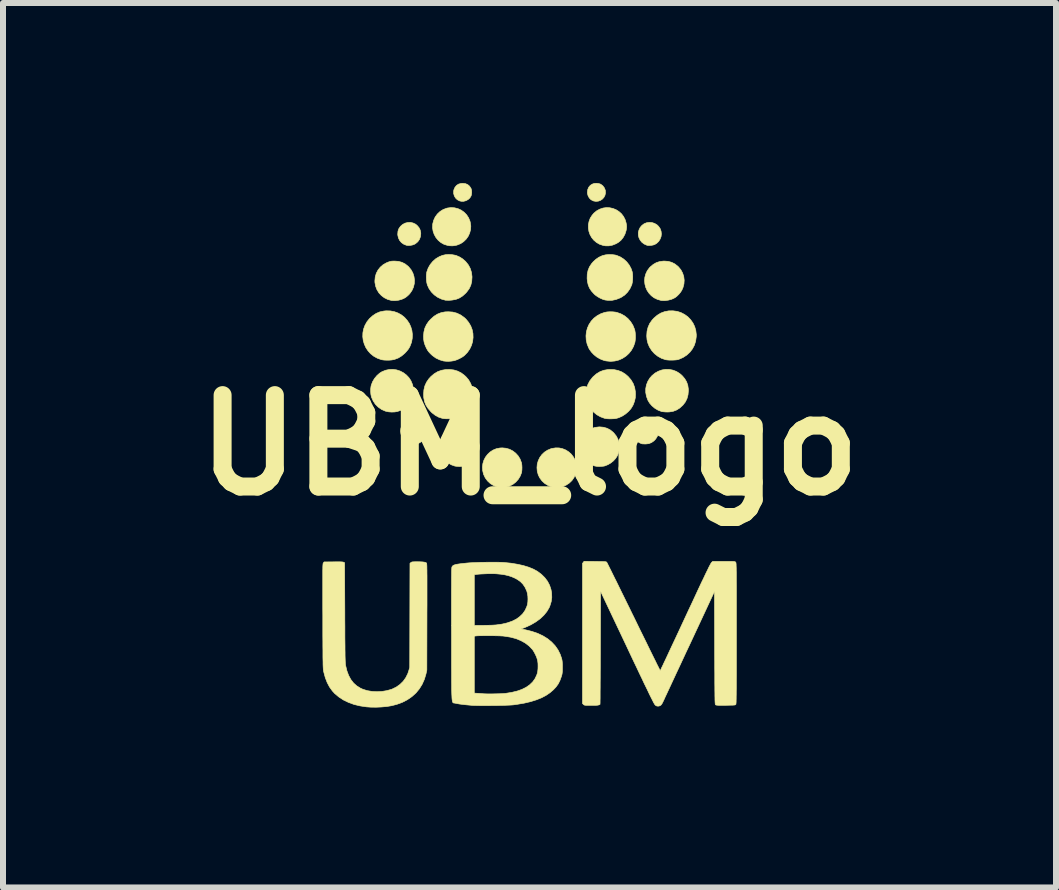
<source format=kicad_pcb>
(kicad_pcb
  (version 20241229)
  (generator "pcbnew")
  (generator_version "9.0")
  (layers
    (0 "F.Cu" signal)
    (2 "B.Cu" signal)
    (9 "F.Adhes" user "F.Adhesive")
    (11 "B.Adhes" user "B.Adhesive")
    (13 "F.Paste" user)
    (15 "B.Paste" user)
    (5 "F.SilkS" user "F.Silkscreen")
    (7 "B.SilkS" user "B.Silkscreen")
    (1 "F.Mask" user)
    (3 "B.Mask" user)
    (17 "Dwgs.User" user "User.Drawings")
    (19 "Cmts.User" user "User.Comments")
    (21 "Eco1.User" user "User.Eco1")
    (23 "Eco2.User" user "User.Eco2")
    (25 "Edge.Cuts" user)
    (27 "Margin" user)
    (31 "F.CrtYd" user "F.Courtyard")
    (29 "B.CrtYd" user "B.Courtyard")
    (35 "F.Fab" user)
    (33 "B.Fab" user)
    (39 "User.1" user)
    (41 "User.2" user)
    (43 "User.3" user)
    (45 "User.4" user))
  (footprint "UBM_logo"
    (layer "F.Cu")
    (at 5.777 4.371)
    (property "Reference" "UBM_logo" (at 0 0 0) (layer "F.SilkS") (effects (font (size 1.524 1.524) (thickness 0.3))))
    (attr through_hole)
    (fp_poly (pts (xy -1.069 -4.36) (xy -1.031 -4.344) (xy -1 -4.318) (xy -0.976 -4.281) (xy -0.973 -4.274) (xy -0.966 -4.246) (xy -0.964 -4.213) (xy -0.968 -4.179) (xy -0.974 -4.156) (xy -0.995 -4.121) (xy -1.025 -4.094) (xy -1.061 -4.075) (xy -1.1 -4.065) (xy -1.141 -4.066) (xy -1.168 -4.073) (xy -1.204 -4.092) (xy -1.234 -4.121) (xy -1.254 -4.156) (xy -1.265 -4.195) (xy -1.265 -4.236) (xy -1.261 -4.257) (xy -1.243 -4.298) (xy -1.217 -4.33) (xy -1.183 -4.352) (xy -1.142 -4.363) (xy -1.114 -4.365) (xy -1.069 -4.36)) (stroke (width 0.01) (type solid)) (fill yes) (layer "F.SilkS"))
    (fp_poly (pts (xy 1.152 -4.362) (xy 1.185 -4.351) (xy 1.187 -4.35) (xy 1.221 -4.324) (xy 1.247 -4.29) (xy 1.263 -4.25) (xy 1.264 -4.245) (xy 1.266 -4.204) (xy 1.258 -4.166) (xy 1.24 -4.131) (xy 1.215 -4.103) (xy 1.183 -4.081) (xy 1.147 -4.068) (xy 1.107 -4.064) (xy 1.067 -4.071) (xy 1.061 -4.073) (xy 1.025 -4.092) (xy 0.996 -4.121) (xy 0.976 -4.157) (xy 0.965 -4.198) (xy 0.964 -4.216) (xy 0.97 -4.26) (xy 0.986 -4.299) (xy 1.013 -4.331) (xy 1.044 -4.351) (xy 1.077 -4.363) (xy 1.114 -4.366) (xy 1.152 -4.362)) (stroke (width 0.01) (type solid)) (fill yes) (layer "F.SilkS"))
    (fp_poly (pts (xy 2.041 -3.711) (xy 2.085 -3.697) (xy 2.125 -3.673) (xy 2.151 -3.648) (xy 2.178 -3.609) (xy 2.193 -3.566) (xy 2.198 -3.522) (xy 2.193 -3.478) (xy 2.177 -3.436) (xy 2.153 -3.397) (xy 2.119 -3.365) (xy 2.088 -3.346) (xy 2.066 -3.338) (xy 2.037 -3.332) (xy 2.005 -3.329) (xy 1.976 -3.329) (xy 1.956 -3.333) (xy 1.91 -3.354) (xy 1.872 -3.383) (xy 1.844 -3.418) (xy 1.824 -3.458) (xy 1.814 -3.5) (xy 1.813 -3.544) (xy 1.824 -3.587) (xy 1.844 -3.629) (xy 1.873 -3.663) (xy 1.91 -3.691) (xy 1.952 -3.708) (xy 1.996 -3.714) (xy 2.041 -3.711)) (stroke (width 0.01) (type solid)) (fill yes) (layer "F.SilkS"))
    (fp_poly (pts (xy -1.942 -3.704) (xy -1.901 -3.685) (xy -1.875 -3.664) (xy -1.843 -3.627) (xy -1.823 -3.587) (xy -1.814 -3.543) (xy -1.813 -3.524) (xy -1.819 -3.474) (xy -1.836 -3.429) (xy -1.863 -3.391) (xy -1.901 -3.359) (xy -1.921 -3.348) (xy -1.952 -3.337) (xy -1.989 -3.33) (xy -2.026 -3.329) (xy -2.054 -3.333) (xy -2.098 -3.351) (xy -2.136 -3.378) (xy -2.166 -3.414) (xy -2.186 -3.456) (xy -2.196 -3.502) (xy -2.197 -3.518) (xy -2.193 -3.567) (xy -2.179 -3.608) (xy -2.154 -3.644) (xy -2.151 -3.648) (xy -2.116 -3.679) (xy -2.075 -3.701) (xy -2.031 -3.712) (xy -1.986 -3.714) (xy -1.942 -3.704)) (stroke (width 0.01) (type solid)) (fill yes) (layer "F.SilkS"))
    (fp_poly (pts (xy 1.973 -0.451) (xy 1.985 -0.448) (xy 2.033 -0.428) (xy 2.074 -0.4) (xy 2.106 -0.365) (xy 2.13 -0.325) (xy 2.144 -0.282) (xy 2.149 -0.236) (xy 2.144 -0.19) (xy 2.129 -0.145) (xy 2.103 -0.103) (xy 2.075 -0.073) (xy 2.034 -0.044) (xy 1.989 -0.026) (xy 1.938 -0.02) (xy 1.929 -0.02) (xy 1.903 -0.021) (xy 1.881 -0.022) (xy 1.867 -0.025) (xy 1.828 -0.042) (xy 1.79 -0.069) (xy 1.758 -0.102) (xy 1.733 -0.138) (xy 1.723 -0.16) (xy 1.713 -0.204) (xy 1.712 -0.251) (xy 1.718 -0.296) (xy 1.729 -0.325) (xy 1.755 -0.369) (xy 1.79 -0.404) (xy 1.831 -0.431) (xy 1.876 -0.449) (xy 1.924 -0.456) (xy 1.973 -0.451)) (stroke (width 0.01) (type solid)) (fill yes) (layer "F.SilkS"))
    (fp_poly (pts (xy -1.884 -0.451) (xy -1.842 -0.438) (xy -1.84 -0.437) (xy -1.8 -0.412) (xy -1.764 -0.378) (xy -1.736 -0.339) (xy -1.729 -0.325) (xy -1.715 -0.28) (xy -1.711 -0.231) (xy -1.718 -0.183) (xy -1.729 -0.149) (xy -1.756 -0.106) (xy -1.79 -0.068) (xy -1.831 -0.04) (xy -1.832 -0.04) (xy -1.851 -0.031) (xy -1.87 -0.026) (xy -1.894 -0.023) (xy -1.921 -0.021) (xy -1.948 -0.021) (xy -1.973 -0.022) (xy -1.99 -0.024) (xy -1.994 -0.025) (xy -2.037 -0.044) (xy -2.076 -0.073) (xy -2.108 -0.108) (xy -2.126 -0.137) (xy -2.143 -0.185) (xy -2.149 -0.234) (xy -2.144 -0.282) (xy -2.128 -0.329) (xy -2.103 -0.37) (xy -2.069 -0.406) (xy -2.027 -0.434) (xy -2.021 -0.437) (xy -1.978 -0.45) (xy -1.931 -0.455) (xy -1.884 -0.451)) (stroke (width 0.01) (type solid)) (fill yes) (layer "F.SilkS"))
    (fp_poly (pts (xy -1.25 -3.957) (xy -1.193 -3.943) (xy -1.139 -3.918) (xy -1.091 -3.884) (xy -1.05 -3.842) (xy -1.017 -3.792) (xy -0.993 -3.735) (xy -0.988 -3.714) (xy -0.979 -3.653) (xy -0.983 -3.593) (xy -0.998 -3.536) (xy -1.022 -3.483) (xy -1.056 -3.435) (xy -1.099 -3.393) (xy -1.148 -3.36) (xy -1.205 -3.337) (xy -1.226 -3.331) (xy -1.278 -3.323) (xy -1.329 -3.324) (xy -1.37 -3.331) (xy -1.427 -3.349) (xy -1.478 -3.378) (xy -1.523 -3.416) (xy -1.56 -3.461) (xy -1.589 -3.513) (xy -1.608 -3.568) (xy -1.617 -3.627) (xy -1.614 -3.687) (xy -1.614 -3.688) (xy -1.598 -3.749) (xy -1.572 -3.805) (xy -1.536 -3.854) (xy -1.492 -3.895) (xy -1.44 -3.928) (xy -1.382 -3.95) (xy -1.371 -3.953) (xy -1.31 -3.961) (xy -1.25 -3.957)) (stroke (width 0.01) (type solid)) (fill yes) (layer "F.SilkS"))
    (fp_poly (pts (xy 0.494 0.046) (xy 0.552 0.059) (xy 0.606 0.081) (xy 0.654 0.112) (xy 0.697 0.151) (xy 0.732 0.197) (xy 0.76 0.248) (xy 0.778 0.304) (xy 0.785 0.364) (xy 0.782 0.418) (xy 0.768 0.481) (xy 0.742 0.538) (xy 0.707 0.589) (xy 0.662 0.632) (xy 0.608 0.667) (xy 0.547 0.693) (xy 0.54 0.695) (xy 0.506 0.701) (xy 0.465 0.704) (xy 0.423 0.703) (xy 0.384 0.698) (xy 0.369 0.695) (xy 0.309 0.672) (xy 0.255 0.639) (xy 0.209 0.597) (xy 0.171 0.546) (xy 0.146 0.496) (xy 0.129 0.436) (xy 0.124 0.375) (xy 0.129 0.316) (xy 0.145 0.259) (xy 0.171 0.205) (xy 0.206 0.157) (xy 0.249 0.116) (xy 0.3 0.083) (xy 0.357 0.059) (xy 0.372 0.055) (xy 0.434 0.045) (xy 0.494 0.046)) (stroke (width 0.01) (type solid)) (fill yes) (layer "F.SilkS"))
    (fp_poly (pts (xy 1.337 -3.958) (xy 1.391 -3.946) (xy 1.443 -3.925) (xy 1.49 -3.895) (xy 1.532 -3.858) (xy 1.567 -3.812) (xy 1.594 -3.759) (xy 1.61 -3.705) (xy 1.616 -3.673) (xy 1.618 -3.647) (xy 1.617 -3.622) (xy 1.613 -3.593) (xy 1.61 -3.578) (xy 1.591 -3.518) (xy 1.562 -3.464) (xy 1.524 -3.416) (xy 1.477 -3.378) (xy 1.439 -3.357) (xy 1.381 -3.334) (xy 1.324 -3.323) (xy 1.268 -3.323) (xy 1.223 -3.331) (xy 1.165 -3.351) (xy 1.114 -3.381) (xy 1.071 -3.418) (xy 1.035 -3.462) (xy 1.008 -3.511) (xy 0.99 -3.563) (xy 0.981 -3.619) (xy 0.981 -3.675) (xy 0.992 -3.73) (xy 1.012 -3.784) (xy 1.044 -3.834) (xy 1.073 -3.868) (xy 1.12 -3.907) (xy 1.172 -3.935) (xy 1.226 -3.953) (xy 1.282 -3.961) (xy 1.337 -3.958)) (stroke (width 0.01) (type solid)) (fill yes) (layer "F.SilkS"))
    (fp_poly (pts (xy -1.136 -0.303) (xy -1.073 -0.291) (xy -1.017 -0.269) (xy -0.984 -0.249) (xy -0.949 -0.22) (xy -0.917 -0.186) (xy -0.889 -0.151) (xy -0.872 -0.121) (xy -0.849 -0.058) (xy -0.838 0.004) (xy -0.84 0.066) (xy -0.854 0.126) (xy -0.879 0.183) (xy -0.916 0.236) (xy -0.936 0.258) (xy -0.986 0.3) (xy -1.042 0.33) (xy -1.101 0.349) (xy -1.163 0.356) (xy -1.227 0.351) (xy -1.249 0.347) (xy -1.302 0.328) (xy -1.353 0.299) (xy -1.399 0.261) (xy -1.438 0.217) (xy -1.453 0.194) (xy -1.479 0.139) (xy -1.494 0.08) (xy -1.498 0.018) (xy -1.492 -0.043) (xy -1.474 -0.103) (xy -1.46 -0.134) (xy -1.44 -0.164) (xy -1.413 -0.196) (xy -1.381 -0.226) (xy -1.349 -0.253) (xy -1.322 -0.269) (xy -1.263 -0.292) (xy -1.2 -0.304) (xy -1.136 -0.303)) (stroke (width 0.01) (type solid)) (fill yes) (layer "F.SilkS"))
    (fp_poly (pts (xy -0.392 0.051) (xy -0.333 0.068) (xy -0.279 0.096) (xy -0.231 0.133) (xy -0.19 0.178) (xy -0.158 0.23) (xy -0.136 0.288) (xy -0.133 0.298) (xy -0.128 0.332) (xy -0.126 0.371) (xy -0.127 0.411) (xy -0.131 0.446) (xy -0.133 0.458) (xy -0.155 0.515) (xy -0.187 0.568) (xy -0.228 0.614) (xy -0.276 0.652) (xy -0.331 0.681) (xy -0.372 0.695) (xy -0.405 0.701) (xy -0.445 0.704) (xy -0.485 0.703) (xy -0.522 0.7) (xy -0.54 0.696) (xy -0.6 0.673) (xy -0.654 0.639) (xy -0.7 0.596) (xy -0.738 0.545) (xy -0.766 0.486) (xy -0.781 0.425) (xy -0.785 0.365) (xy -0.778 0.307) (xy -0.761 0.251) (xy -0.735 0.2) (xy -0.7 0.154) (xy -0.658 0.114) (xy -0.609 0.082) (xy -0.554 0.059) (xy -0.494 0.047) (xy -0.454 0.045) (xy -0.392 0.051)) (stroke (width 0.01) (type solid)) (fill yes) (layer "F.SilkS"))
    (fp_poly (pts (xy 1.233 -0.299) (xy 1.292 -0.282) (xy 1.346 -0.254) (xy 1.395 -0.214) (xy 1.406 -0.203) (xy 1.447 -0.151) (xy 1.476 -0.094) (xy 1.494 -0.035) (xy 1.499 0.027) (xy 1.493 0.09) (xy 1.474 0.153) (xy 1.463 0.177) (xy 1.436 0.22) (xy 1.399 0.261) (xy 1.354 0.297) (xy 1.306 0.325) (xy 1.256 0.345) (xy 1.24 0.349) (xy 1.203 0.353) (xy 1.162 0.355) (xy 1.122 0.353) (xy 1.088 0.347) (xy 1.084 0.346) (xy 1.027 0.324) (xy 0.975 0.292) (xy 0.929 0.252) (xy 0.891 0.204) (xy 0.862 0.151) (xy 0.845 0.097) (xy 0.838 0.031) (xy 0.843 -0.032) (xy 0.86 -0.092) (xy 0.889 -0.149) (xy 0.93 -0.201) (xy 0.931 -0.203) (xy 0.979 -0.246) (xy 1.031 -0.276) (xy 1.089 -0.296) (xy 1.152 -0.304) (xy 1.169 -0.305) (xy 1.233 -0.299)) (stroke (width 0.01) (type solid)) (fill yes) (layer "F.SilkS"))
    (fp_poly (pts (xy 2.312 -3.064) (xy 2.37 -3.048) (xy 2.423 -3.021) (xy 2.472 -2.982) (xy 2.483 -2.972) (xy 2.523 -2.923) (xy 2.552 -2.869) (xy 2.571 -2.81) (xy 2.578 -2.75) (xy 2.574 -2.688) (xy 2.558 -2.627) (xy 2.538 -2.582) (xy 2.516 -2.548) (xy 2.488 -2.514) (xy 2.456 -2.483) (xy 2.425 -2.459) (xy 2.419 -2.456) (xy 2.37 -2.433) (xy 2.315 -2.418) (xy 2.259 -2.41) (xy 2.206 -2.411) (xy 2.193 -2.413) (xy 2.132 -2.43) (xy 2.078 -2.456) (xy 2.031 -2.491) (xy 1.992 -2.532) (xy 1.96 -2.579) (xy 1.937 -2.631) (xy 1.923 -2.685) (xy 1.918 -2.741) (xy 1.922 -2.798) (xy 1.937 -2.853) (xy 1.962 -2.907) (xy 1.998 -2.956) (xy 2.013 -2.972) (xy 2.062 -3.013) (xy 2.114 -3.043) (xy 2.17 -3.061) (xy 2.233 -3.069) (xy 2.248 -3.069) (xy 2.312 -3.064)) (stroke (width 0.01) (type solid)) (fill yes) (layer "F.SilkS"))
    (fp_poly (pts (xy 2.33 -1.263) (xy 2.391 -1.251) (xy 2.45 -1.228) (xy 2.504 -1.194) (xy 2.543 -1.16) (xy 2.587 -1.109) (xy 2.618 -1.056) (xy 2.638 -1) (xy 2.647 -0.938) (xy 2.648 -0.908) (xy 2.642 -0.84) (xy 2.625 -0.777) (xy 2.597 -0.72) (xy 2.557 -0.668) (xy 2.554 -0.665) (xy 2.503 -0.619) (xy 2.45 -0.586) (xy 2.392 -0.564) (xy 2.329 -0.554) (xy 2.294 -0.553) (xy 2.263 -0.554) (xy 2.232 -0.557) (xy 2.207 -0.56) (xy 2.199 -0.562) (xy 2.142 -0.584) (xy 2.088 -0.616) (xy 2.041 -0.656) (xy 2 -0.703) (xy 1.973 -0.749) (xy 1.949 -0.814) (xy 1.937 -0.879) (xy 1.937 -0.943) (xy 1.949 -1.006) (xy 1.973 -1.066) (xy 2.008 -1.122) (xy 2.041 -1.159) (xy 2.092 -1.202) (xy 2.148 -1.233) (xy 2.207 -1.254) (xy 2.269 -1.264) (xy 2.33 -1.263)) (stroke (width 0.01) (type solid)) (fill yes) (layer "F.SilkS"))
    (fp_poly (pts (xy -2.215 -1.255) (xy -2.157 -1.236) (xy -2.103 -1.208) (xy -2.054 -1.171) (xy -2.011 -1.126) (xy -1.977 -1.074) (xy -1.952 -1.014) (xy -1.946 -0.994) (xy -1.937 -0.931) (xy -1.938 -0.868) (xy -1.951 -0.807) (xy -1.974 -0.749) (xy -2.007 -0.696) (xy -2.048 -0.649) (xy -2.096 -0.61) (xy -2.151 -0.579) (xy -2.202 -0.562) (xy -2.247 -0.554) (xy -2.298 -0.552) (xy -2.35 -0.556) (xy -2.396 -0.566) (xy -2.406 -0.569) (xy -2.467 -0.596) (xy -2.521 -0.634) (xy -2.568 -0.68) (xy -2.605 -0.735) (xy -2.633 -0.797) (xy -2.638 -0.815) (xy -2.645 -0.85) (xy -2.648 -0.893) (xy -2.648 -0.938) (xy -2.643 -0.979) (xy -2.638 -1.001) (xy -2.616 -1.058) (xy -2.584 -1.112) (xy -2.544 -1.16) (xy -2.499 -1.2) (xy -2.461 -1.224) (xy -2.4 -1.249) (xy -2.338 -1.262) (xy -2.276 -1.264) (xy -2.215 -1.255)) (stroke (width 0.01) (type solid)) (fill yes) (layer "F.SilkS"))
    (fp_poly (pts (xy -2.184 -3.064) (xy -2.126 -3.048) (xy -2.073 -3.021) (xy -2.024 -2.982) (xy -2.013 -2.971) (xy -1.973 -2.922) (xy -1.944 -2.868) (xy -1.926 -2.811) (xy -1.918 -2.752) (xy -1.921 -2.692) (xy -1.935 -2.634) (xy -1.96 -2.578) (xy -1.995 -2.528) (xy -2.013 -2.508) (xy -2.035 -2.488) (xy -2.057 -2.47) (xy -2.077 -2.456) (xy -2.077 -2.456) (xy -2.126 -2.433) (xy -2.181 -2.417) (xy -2.237 -2.41) (xy -2.291 -2.411) (xy -2.303 -2.413) (xy -2.365 -2.43) (xy -2.421 -2.458) (xy -2.47 -2.495) (xy -2.511 -2.539) (xy -2.543 -2.591) (xy -2.565 -2.649) (xy -2.577 -2.711) (xy -2.578 -2.74) (xy -2.572 -2.804) (xy -2.555 -2.864) (xy -2.526 -2.919) (xy -2.488 -2.967) (xy -2.441 -3.008) (xy -2.385 -3.04) (xy -2.353 -3.053) (xy -2.326 -3.062) (xy -2.3 -3.067) (xy -2.27 -3.069) (xy -2.248 -3.069) (xy -2.184 -3.064)) (stroke (width 0.01) (type solid)) (fill yes) (layer "F.SilkS"))
    (fp_poly (pts (xy -1.262 -1.254) (xy -1.199 -1.235) (xy -1.141 -1.206) (xy -1.086 -1.165) (xy -1.06 -1.141) (xy -1.015 -1.088) (xy -0.981 -1.028) (xy -0.956 -0.962) (xy -0.943 -0.893) (xy -0.942 -0.829) (xy -0.951 -0.757) (xy -0.973 -0.69) (xy -1.005 -0.629) (xy -1.047 -0.573) (xy -1.098 -0.526) (xy -1.158 -0.486) (xy -1.218 -0.459) (xy -1.239 -0.451) (xy -1.26 -0.446) (xy -1.284 -0.443) (xy -1.315 -0.441) (xy -1.34 -0.441) (xy -1.389 -0.44) (xy -1.428 -0.443) (xy -1.456 -0.448) (xy -1.517 -0.468) (xy -1.573 -0.499) (xy -1.627 -0.541) (xy -1.645 -0.559) (xy -1.691 -0.612) (xy -1.726 -0.666) (xy -1.75 -0.725) (xy -1.763 -0.789) (xy -1.766 -0.848) (xy -1.761 -0.921) (xy -1.745 -0.988) (xy -1.717 -1.05) (xy -1.677 -1.108) (xy -1.645 -1.143) (xy -1.59 -1.19) (xy -1.53 -1.226) (xy -1.465 -1.249) (xy -1.395 -1.261) (xy -1.331 -1.262) (xy -1.262 -1.254)) (stroke (width 0.01) (type solid)) (fill yes) (layer "F.SilkS"))
    (fp_poly (pts (xy 1.376 -3.177) (xy 1.428 -3.17) (xy 1.451 -3.164) (xy 1.514 -3.138) (xy 1.571 -3.101) (xy 1.621 -3.055) (xy 1.662 -3.002) (xy 1.694 -2.942) (xy 1.712 -2.889) (xy 1.718 -2.852) (xy 1.72 -2.808) (xy 1.719 -2.762) (xy 1.714 -2.717) (xy 1.706 -2.679) (xy 1.703 -2.671) (xy 1.673 -2.607) (xy 1.634 -2.551) (xy 1.586 -2.503) (xy 1.529 -2.465) (xy 1.509 -2.455) (xy 1.443 -2.429) (xy 1.377 -2.415) (xy 1.31 -2.414) (xy 1.26 -2.42) (xy 1.22 -2.432) (xy 1.175 -2.452) (xy 1.132 -2.477) (xy 1.093 -2.505) (xy 1.074 -2.523) (xy 1.031 -2.571) (xy 0.999 -2.62) (xy 0.978 -2.672) (xy 0.965 -2.729) (xy 0.96 -2.778) (xy 0.962 -2.848) (xy 0.975 -2.912) (xy 0.998 -2.97) (xy 1.033 -3.024) (xy 1.063 -3.059) (xy 1.107 -3.099) (xy 1.153 -3.131) (xy 1.206 -3.156) (xy 1.22 -3.161) (xy 1.268 -3.173) (xy 1.321 -3.178) (xy 1.376 -3.177)) (stroke (width 0.01) (type solid)) (fill yes) (layer "F.SilkS"))
    (fp_poly (pts (xy -2.319 -2.238) (xy -2.252 -2.225) (xy -2.19 -2.202) (xy -2.133 -2.17) (xy -2.083 -2.13) (xy -2.041 -2.083) (xy -2.005 -2.03) (xy -1.979 -1.973) (xy -1.961 -1.912) (xy -1.953 -1.848) (xy -1.955 -1.782) (xy -1.967 -1.716) (xy -1.992 -1.65) (xy -2.008 -1.62) (xy -2.021 -1.6) (xy -2.04 -1.576) (xy -2.063 -1.55) (xy -2.079 -1.533) (xy -2.132 -1.488) (xy -2.187 -1.454) (xy -2.247 -1.431) (xy -2.267 -1.426) (xy -2.301 -1.42) (xy -2.342 -1.417) (xy -2.385 -1.417) (xy -2.426 -1.419) (xy -2.461 -1.424) (xy -2.47 -1.426) (xy -2.537 -1.45) (xy -2.597 -1.483) (xy -2.649 -1.524) (xy -2.692 -1.572) (xy -2.728 -1.626) (xy -2.754 -1.684) (xy -2.772 -1.745) (xy -2.78 -1.809) (xy -2.778 -1.873) (xy -2.766 -1.936) (xy -2.743 -1.998) (xy -2.71 -2.057) (xy -2.667 -2.111) (xy -2.613 -2.159) (xy -2.557 -2.196) (xy -2.496 -2.222) (xy -2.429 -2.236) (xy -2.39 -2.24) (xy -2.319 -2.238)) (stroke (width 0.01) (type solid)) (fill yes) (layer "F.SilkS"))
    (fp_poly (pts (xy -1.293 -3.176) (xy -1.242 -3.167) (xy -1.22 -3.161) (xy -1.165 -3.137) (xy -1.117 -3.107) (xy -1.073 -3.069) (xy -1.063 -3.059) (xy -1.019 -3.004) (xy -0.988 -2.945) (xy -0.968 -2.881) (xy -0.959 -2.812) (xy -0.959 -2.796) (xy -0.964 -2.728) (xy -0.979 -2.666) (xy -1.006 -2.609) (xy -1.045 -2.556) (xy -1.064 -2.534) (xy -1.115 -2.488) (xy -1.168 -2.454) (xy -1.226 -2.431) (xy -1.29 -2.419) (xy -1.324 -2.416) (xy -1.353 -2.415) (xy -1.379 -2.416) (xy -1.397 -2.416) (xy -1.403 -2.417) (xy -1.47 -2.436) (xy -1.532 -2.466) (xy -1.588 -2.506) (xy -1.636 -2.554) (xy -1.675 -2.61) (xy -1.703 -2.671) (xy -1.712 -2.706) (xy -1.718 -2.749) (xy -1.72 -2.795) (xy -1.719 -2.84) (xy -1.714 -2.88) (xy -1.712 -2.889) (xy -1.689 -2.953) (xy -1.655 -3.012) (xy -1.612 -3.064) (xy -1.561 -3.109) (xy -1.503 -3.143) (xy -1.451 -3.164) (xy -1.402 -3.175) (xy -1.348 -3.179) (xy -1.293 -3.176)) (stroke (width 0.01) (type solid)) (fill yes) (layer "F.SilkS"))
    (fp_poly (pts (xy 1.406 -1.26) (xy 1.475 -1.246) (xy 1.539 -1.221) (xy 1.598 -1.184) (xy 1.645 -1.143) (xy 1.692 -1.088) (xy 1.728 -1.028) (xy 1.752 -0.963) (xy 1.764 -0.893) (xy 1.766 -0.847) (xy 1.763 -0.789) (xy 1.751 -0.735) (xy 1.731 -0.68) (xy 1.722 -0.661) (xy 1.691 -0.61) (xy 1.649 -0.562) (xy 1.6 -0.52) (xy 1.546 -0.485) (xy 1.489 -0.459) (xy 1.453 -0.448) (xy 1.42 -0.442) (xy 1.379 -0.44) (xy 1.336 -0.439) (xy 1.295 -0.441) (xy 1.261 -0.446) (xy 1.251 -0.448) (xy 1.183 -0.473) (xy 1.121 -0.508) (xy 1.066 -0.553) (xy 1.019 -0.607) (xy 0.982 -0.668) (xy 0.98 -0.671) (xy 0.957 -0.732) (xy 0.944 -0.794) (xy 0.941 -0.861) (xy 0.942 -0.87) (xy 0.951 -0.943) (xy 0.972 -1.01) (xy 1.005 -1.073) (xy 1.049 -1.129) (xy 1.064 -1.145) (xy 1.118 -1.191) (xy 1.176 -1.226) (xy 1.239 -1.249) (xy 1.308 -1.261) (xy 1.331 -1.262) (xy 1.406 -1.26)) (stroke (width 0.01) (type solid)) (fill yes) (layer "F.SilkS"))
    (fp_poly (pts (xy 2.46 -2.231) (xy 2.525 -2.21) (xy 2.585 -2.179) (xy 2.639 -2.14) (xy 2.685 -2.092) (xy 2.724 -2.037) (xy 2.753 -1.977) (xy 2.772 -1.911) (xy 2.78 -1.842) (xy 2.779 -1.806) (xy 2.769 -1.734) (xy 2.748 -1.667) (xy 2.715 -1.605) (xy 2.673 -1.55) (xy 2.621 -1.502) (xy 2.561 -1.463) (xy 2.503 -1.437) (xy 2.482 -1.429) (xy 2.461 -1.424) (xy 2.437 -1.421) (xy 2.406 -1.419) (xy 2.381 -1.418) (xy 2.333 -1.418) (xy 2.295 -1.421) (xy 2.266 -1.425) (xy 2.265 -1.426) (xy 2.2 -1.448) (xy 2.139 -1.482) (xy 2.084 -1.525) (xy 2.038 -1.576) (xy 2.001 -1.634) (xy 1.997 -1.641) (xy 1.973 -1.699) (xy 1.959 -1.755) (xy 1.954 -1.815) (xy 1.954 -1.829) (xy 1.959 -1.901) (xy 1.976 -1.967) (xy 2.003 -2.028) (xy 2.043 -2.085) (xy 2.073 -2.118) (xy 2.129 -2.166) (xy 2.188 -2.202) (xy 2.252 -2.226) (xy 2.32 -2.239) (xy 2.39 -2.24) (xy 2.46 -2.231)) (stroke (width 0.01) (type solid)) (fill yes) (layer "F.SilkS"))
    (fp_poly (pts (xy 1.388 -2.223) (xy 1.433 -2.218) (xy 1.454 -2.214) (xy 1.522 -2.19) (xy 1.584 -2.156) (xy 1.639 -2.112) (xy 1.685 -2.059) (xy 1.723 -1.999) (xy 1.75 -1.933) (xy 1.756 -1.912) (xy 1.762 -1.875) (xy 1.765 -1.83) (xy 1.765 -1.784) (xy 1.761 -1.741) (xy 1.756 -1.711) (xy 1.732 -1.643) (xy 1.698 -1.582) (xy 1.655 -1.528) (xy 1.605 -1.483) (xy 1.548 -1.446) (xy 1.487 -1.419) (xy 1.421 -1.403) (xy 1.352 -1.397) (xy 1.281 -1.404) (xy 1.264 -1.407) (xy 1.238 -1.414) (xy 1.208 -1.425) (xy 1.177 -1.438) (xy 1.169 -1.442) (xy 1.121 -1.47) (xy 1.074 -1.508) (xy 1.032 -1.552) (xy 0.998 -1.599) (xy 0.988 -1.618) (xy 0.96 -1.686) (xy 0.945 -1.754) (xy 0.941 -1.822) (xy 0.948 -1.889) (xy 0.965 -1.953) (xy 0.992 -2.013) (xy 1.028 -2.068) (xy 1.073 -2.117) (xy 1.127 -2.158) (xy 1.188 -2.191) (xy 1.251 -2.213) (xy 1.292 -2.221) (xy 1.339 -2.224) (xy 1.388 -2.223)) (stroke (width 0.01) (type solid)) (fill yes) (layer "F.SilkS"))
    (fp_poly (pts (xy -1.28 -2.219) (xy -1.212 -2.201) (xy -1.149 -2.171) (xy -1.091 -2.13) (xy -1.06 -2.102) (xy -1.015 -2.047) (xy -0.98 -1.988) (xy -0.956 -1.925) (xy -0.943 -1.86) (xy -0.941 -1.793) (xy -0.949 -1.727) (xy -0.968 -1.663) (xy -0.997 -1.602) (xy -1.036 -1.546) (xy -1.086 -1.495) (xy -1.092 -1.49) (xy -1.125 -1.467) (xy -1.165 -1.445) (xy -1.208 -1.425) (xy -1.249 -1.411) (xy -1.267 -1.407) (xy -1.306 -1.401) (xy -1.349 -1.398) (xy -1.392 -1.399) (xy -1.429 -1.403) (xy -1.432 -1.403) (xy -1.499 -1.423) (xy -1.562 -1.453) (xy -1.62 -1.495) (xy -1.649 -1.522) (xy -1.674 -1.549) (xy -1.694 -1.574) (xy -1.711 -1.603) (xy -1.723 -1.626) (xy -1.744 -1.675) (xy -1.758 -1.72) (xy -1.765 -1.766) (xy -1.767 -1.816) (xy -1.761 -1.886) (xy -1.745 -1.951) (xy -1.717 -2.011) (xy -1.678 -2.067) (xy -1.645 -2.102) (xy -1.591 -2.15) (xy -1.535 -2.185) (xy -1.474 -2.209) (xy -1.408 -2.222) (xy -1.353 -2.224) (xy -1.28 -2.219)) (stroke (width 0.01) (type solid)) (fill yes) (layer "F.SilkS"))
    (fp_poly (pts (xy -1.821 1.944) (xy -1.782 1.946) (xy -1.753 1.95) (xy -1.733 1.955) (xy -1.72 1.962) (xy -1.716 1.966) (xy -1.715 1.97) (xy -1.714 1.977) (xy -1.713 1.988) (xy -1.712 2.004) (xy -1.711 2.026) (xy -1.711 2.054) (xy -1.71 2.088) (xy -1.71 2.13) (xy -1.709 2.179) (xy -1.709 2.237) (xy -1.709 2.303) (xy -1.709 2.379) (xy -1.709 2.465) (xy -1.709 2.562) (xy -1.709 2.67) (xy -1.71 2.79) (xy -1.71 2.864) (xy -1.712 3.75) (xy -1.726 3.813) (xy -1.753 3.903) (xy -1.79 3.986) (xy -1.837 4.062) (xy -1.894 4.131) (xy -1.961 4.191) (xy -2.036 4.243) (xy -2.119 4.286) (xy -2.211 4.32) (xy -2.3 4.343) (xy -2.379 4.356) (xy -2.467 4.364) (xy -2.557 4.368) (xy -2.647 4.367) (xy -2.718 4.362) (xy -2.825 4.346) (xy -2.925 4.322) (xy -3.018 4.288) (xy -3.103 4.247) (xy -3.179 4.197) (xy -3.247 4.14) (xy -3.287 4.096) (xy -3.334 4.031) (xy -3.373 3.957) (xy -3.405 3.874) (xy -3.429 3.785) (xy -3.434 3.763) (xy -3.435 3.754) (xy -3.437 3.744) (xy -3.438 3.731) (xy -3.439 3.716) (xy -3.44 3.698) (xy -3.441 3.676) (xy -3.442 3.649) (xy -3.442 3.616) (xy -3.443 3.578) (xy -3.444 3.533) (xy -3.444 3.481) (xy -3.444 3.421) (xy -3.445 3.352) (xy -3.445 3.274) (xy -3.446 3.186) (xy -3.446 3.087) (xy -3.446 2.977) (xy -3.446 2.855) (xy -3.446 2.841) (xy -3.447 2.719) (xy -3.447 2.609) (xy -3.447 2.51) (xy -3.447 2.422) (xy -3.447 2.345) (xy -3.447 2.276) (xy -3.447 2.217) (xy -3.447 2.166) (xy -3.447 2.122) (xy -3.447 2.086) (xy -3.446 2.056) (xy -3.446 2.031) (xy -3.445 2.011) (xy -3.444 1.996) (xy -3.443 1.985) (xy -3.442 1.976) (xy -3.441 1.97) (xy -3.439 1.966) (xy -3.438 1.963) (xy -3.436 1.962) (xy -3.424 1.946) (xy -3.269 1.945) (xy -3.217 1.944) (xy -3.175 1.944) (xy -3.144 1.945) (xy -3.122 1.946) (xy -3.107 1.949) (xy -3.099 1.951) (xy -3.083 1.959) (xy -3.079 2.788) (xy -3.079 2.909) (xy -3.078 3.017) (xy -3.078 3.115) (xy -3.078 3.202) (xy -3.077 3.278) (xy -3.076 3.346) (xy -3.076 3.405) (xy -3.075 3.456) (xy -3.075 3.5) (xy -3.074 3.537) (xy -3.073 3.568) (xy -3.072 3.594) (xy -3.071 3.615) (xy -3.07 3.633) (xy -3.069 3.647) (xy -3.068 3.659) (xy -3.066 3.67) (xy -3.065 3.675) (xy -3.044 3.762) (xy -3.015 3.839) (xy -2.978 3.907) (xy -2.933 3.965) (xy -2.879 4.013) (xy -2.818 4.051) (xy -2.775 4.07) (xy -2.703 4.092) (xy -2.625 4.105) (xy -2.544 4.109) (xy -2.461 4.105) (xy -2.381 4.092) (xy -2.305 4.071) (xy -2.289 4.065) (xy -2.22 4.031) (xy -2.159 3.988) (xy -2.106 3.936) (xy -2.063 3.876) (xy -2.029 3.808) (xy -2.012 3.756) (xy -1.997 3.705) (xy -1.995 2.837) (xy -1.993 1.969) (xy -1.977 1.956) (xy -1.969 1.951) (xy -1.96 1.947) (xy -1.947 1.945) (xy -1.927 1.944) (xy -1.899 1.943) (xy -1.871 1.943) (xy -1.821 1.944)) (stroke (width 0.01) (type solid)) (fill yes) (layer "F.SilkS"))
    (fp_poly (pts (xy 1.093 1.938) (xy 1.147 1.939) (xy 1.189 1.939) (xy 1.221 1.94) (xy 1.245 1.941) (xy 1.261 1.942) (xy 1.273 1.944) (xy 1.28 1.946) (xy 1.285 1.949) (xy 1.288 1.953) (xy 1.292 1.96) (xy 1.301 1.978) (xy 1.315 2.006) (xy 1.334 2.044) (xy 1.357 2.09) (xy 1.384 2.145) (xy 1.415 2.208) (xy 1.45 2.277) (xy 1.487 2.353) (xy 1.527 2.435) (xy 1.57 2.522) (xy 1.615 2.614) (xy 1.662 2.709) (xy 1.71 2.808) (xy 1.737 2.862) (xy 1.786 2.963) (xy 1.833 3.06) (xy 1.879 3.153) (xy 1.923 3.242) (xy 1.964 3.326) (xy 2.002 3.404) (xy 2.038 3.477) (xy 2.07 3.542) (xy 2.099 3.6) (xy 2.123 3.65) (xy 2.144 3.691) (xy 2.16 3.723) (xy 2.171 3.745) (xy 2.177 3.757) (xy 2.178 3.759) (xy 2.181 3.753) (xy 2.19 3.737) (xy 2.202 3.71) (xy 2.22 3.674) (xy 2.241 3.628) (xy 2.267 3.574) (xy 2.296 3.512) (xy 2.328 3.443) (xy 2.363 3.368) (xy 2.401 3.287) (xy 2.442 3.2) (xy 2.485 3.108) (xy 2.529 3.013) (xy 2.575 2.914) (xy 2.596 2.869) (xy 2.653 2.746) (xy 2.706 2.634) (xy 2.753 2.533) (xy 2.795 2.442) (xy 2.833 2.361) (xy 2.867 2.288) (xy 2.898 2.225) (xy 2.924 2.169) (xy 2.947 2.121) (xy 2.967 2.081) (xy 2.983 2.047) (xy 2.997 2.019) (xy 3.009 1.997) (xy 3.018 1.98) (xy 3.025 1.968) (xy 3.03 1.961) (xy 3.032 1.957) (xy 3.054 1.937) (xy 3.238 1.937) (xy 3.292 1.937) (xy 3.334 1.937) (xy 3.366 1.937) (xy 3.39 1.938) (xy 3.407 1.939) (xy 3.419 1.941) (xy 3.426 1.943) (xy 3.432 1.946) (xy 3.435 1.949) (xy 3.437 1.951) (xy 3.438 1.953) (xy 3.44 1.957) (xy 3.441 1.961) (xy 3.442 1.968) (xy 3.443 1.978) (xy 3.444 1.991) (xy 3.444 2.007) (xy 3.445 2.028) (xy 3.446 2.054) (xy 3.446 2.086) (xy 3.447 2.123) (xy 3.447 2.166) (xy 3.447 2.217) (xy 3.447 2.275) (xy 3.448 2.342) (xy 3.448 2.417) (xy 3.448 2.501) (xy 3.448 2.595) (xy 3.448 2.7) (xy 3.448 2.815) (xy 3.448 2.942) (xy 3.448 3.081) (xy 3.448 3.136) (xy 3.448 3.281) (xy 3.448 3.415) (xy 3.448 3.537) (xy 3.448 3.647) (xy 3.448 3.747) (xy 3.448 3.837) (xy 3.447 3.917) (xy 3.447 3.988) (xy 3.447 4.051) (xy 3.446 4.106) (xy 3.446 4.153) (xy 3.445 4.193) (xy 3.445 4.226) (xy 3.444 4.254) (xy 3.444 4.276) (xy 3.443 4.293) (xy 3.442 4.305) (xy 3.441 4.314) (xy 3.44 4.319) (xy 3.439 4.322) (xy 3.436 4.325) (xy 3.43 4.328) (xy 3.422 4.331) (xy 3.408 4.332) (xy 3.388 4.334) (xy 3.36 4.334) (xy 3.323 4.335) (xy 3.275 4.336) (xy 3.272 4.336) (xy 3.222 4.336) (xy 3.183 4.336) (xy 3.153 4.336) (xy 3.132 4.335) (xy 3.117 4.333) (xy 3.107 4.331) (xy 3.102 4.328) (xy 3.1 4.327) (xy 3.099 4.325) (xy 3.097 4.322) (xy 3.096 4.317) (xy 3.095 4.309) (xy 3.094 4.298) (xy 3.093 4.284) (xy 3.092 4.266) (xy 3.091 4.242) (xy 3.091 4.214) (xy 3.09 4.179) (xy 3.09 4.137) (xy 3.089 4.088) (xy 3.089 4.031) (xy 3.088 3.966) (xy 3.088 3.892) (xy 3.088 3.808) (xy 3.087 3.713) (xy 3.087 3.608) (xy 3.086 3.49) (xy 3.086 3.378) (xy 3.083 2.438) (xy 2.666 3.332) (xy 2.618 3.433) (xy 2.572 3.532) (xy 2.528 3.627) (xy 2.485 3.719) (xy 2.444 3.806) (xy 2.406 3.888) (xy 2.371 3.963) (xy 2.339 4.032) (xy 2.31 4.094) (xy 2.285 4.148) (xy 2.263 4.194) (xy 2.247 4.23) (xy 2.235 4.256) (xy 2.227 4.272) (xy 2.226 4.275) (xy 2.209 4.308) (xy 2.193 4.33) (xy 2.175 4.343) (xy 2.155 4.349) (xy 2.141 4.35) (xy 2.123 4.348) (xy 2.109 4.343) (xy 2.094 4.33) (xy 2.09 4.325) (xy 2.085 4.319) (xy 2.079 4.308) (xy 2.069 4.291) (xy 2.057 4.267) (xy 2.042 4.237) (xy 2.023 4.2) (xy 2.001 4.156) (xy 1.976 4.103) (xy 1.947 4.043) (xy 1.913 3.974) (xy 1.876 3.895) (xy 1.834 3.808) (xy 1.788 3.71) (xy 1.736 3.602) (xy 1.68 3.483) (xy 1.626 3.368) (xy 1.184 2.435) (xy 1.181 3.376) (xy 1.181 3.484) (xy 1.18 3.589) (xy 1.18 3.69) (xy 1.179 3.786) (xy 1.179 3.876) (xy 1.178 3.96) (xy 1.178 4.036) (xy 1.177 4.106) (xy 1.177 4.166) (xy 1.177 4.218) (xy 1.176 4.26) (xy 1.176 4.291) (xy 1.175 4.311) (xy 1.175 4.32) (xy 1.175 4.32) (xy 1.166 4.326) (xy 1.154 4.33) (xy 1.136 4.334) (xy 1.111 4.336) (xy 1.078 4.337) (xy 1.034 4.337) (xy 1.029 4.337) (xy 0.988 4.337) (xy 0.958 4.337) (xy 0.937 4.336) (xy 0.922 4.334) (xy 0.912 4.332) (xy 0.906 4.328) (xy 0.9 4.323) (xy 0.898 4.321) (xy 0.883 4.306) (xy 0.883 3.138) (xy 0.883 1.97) (xy 0.896 1.953) (xy 0.909 1.936) (xy 1.093 1.938)) (stroke (width 0.01) (type solid)) (fill yes) (layer "F.SilkS"))
    (fp_poly (pts (xy -0.548 1.951) (xy -0.494 1.952) (xy -0.448 1.954) (xy -0.429 1.955) (xy -0.31 1.967) (xy -0.201 1.985) (xy -0.102 2.007) (xy -0.014 2.034) (xy 0.064 2.066) (xy 0.13 2.102) (xy 0.13 2.102) (xy 0.197 2.152) (xy 0.254 2.208) (xy 0.3 2.269) (xy 0.335 2.336) (xy 0.358 2.407) (xy 0.368 2.461) (xy 0.371 2.537) (xy 0.361 2.609) (xy 0.339 2.68) (xy 0.327 2.708) (xy 0.288 2.774) (xy 0.238 2.835) (xy 0.177 2.893) (xy 0.104 2.946) (xy 0.022 2.994) (xy -0.07 3.036) (xy -0.094 3.046) (xy -0.141 3.063) (xy -0.066 3.078) (xy 0.039 3.104) (xy 0.136 3.137) (xy 0.223 3.178) (xy 0.301 3.226) (xy 0.369 3.282) (xy 0.427 3.344) (xy 0.475 3.413) (xy 0.512 3.488) (xy 0.534 3.553) (xy 0.54 3.576) (xy 0.544 3.599) (xy 0.546 3.624) (xy 0.548 3.655) (xy 0.548 3.695) (xy 0.548 3.702) (xy 0.548 3.742) (xy 0.547 3.771) (xy 0.545 3.795) (xy 0.542 3.816) (xy 0.537 3.836) (xy 0.531 3.856) (xy 0.507 3.922) (xy 0.478 3.98) (xy 0.44 4.032) (xy 0.399 4.076) (xy 0.341 4.126) (xy 0.275 4.171) (xy 0.199 4.211) (xy 0.114 4.245) (xy 0.018 4.275) (xy -0.089 4.3) (xy -0.207 4.32) (xy -0.27 4.329) (xy -0.296 4.331) (xy -0.333 4.333) (xy -0.379 4.335) (xy -0.433 4.337) (xy -0.492 4.338) (xy -0.555 4.34) (xy -0.619 4.34) (xy -0.684 4.341) (xy -0.747 4.341) (xy -0.806 4.341) (xy -0.86 4.34) (xy -0.907 4.339) (xy -0.945 4.338) (xy -0.959 4.337) (xy -1.013 4.332) (xy -1.067 4.327) (xy -1.118 4.321) (xy -1.165 4.315) (xy -1.205 4.308) (xy -1.234 4.302) (xy -1.24 4.301) (xy -1.248 4.299) (xy -1.254 4.299) (xy -1.26 4.298) (xy -1.266 4.297) (xy -1.271 4.296) (xy -1.275 4.292) (xy -1.279 4.287) (xy -1.283 4.28) (xy -1.286 4.269) (xy -1.288 4.255) (xy -1.291 4.236) (xy -1.293 4.213) (xy -1.294 4.185) (xy -1.296 4.15) (xy -1.297 4.11) (xy -1.298 4.062) (xy -1.298 4.007) (xy -1.299 3.944) (xy -1.299 3.872) (xy -1.299 3.792) (xy -1.3 3.701) (xy -1.3 3.6) (xy -1.3 3.489) (xy -1.3 3.366) (xy -1.3 3.232) (xy -1.3 3.183) (xy -0.921 3.183) (xy -0.921 4.133) (xy -0.852 4.137) (xy -0.824 4.139) (xy -0.799 4.141) (xy -0.781 4.142) (xy -0.775 4.143) (xy -0.761 4.144) (xy -0.736 4.145) (xy -0.703 4.146) (xy -0.664 4.146) (xy -0.621 4.146) (xy -0.576 4.145) (xy -0.531 4.144) (xy -0.489 4.143) (xy -0.451 4.141) (xy -0.421 4.139) (xy -0.4 4.137) (xy -0.298 4.121) (xy -0.207 4.099) (xy -0.127 4.071) (xy -0.057 4.036) (xy 0.002 3.995) (xy 0.052 3.947) (xy 0.091 3.893) (xy 0.12 3.832) (xy 0.131 3.8) (xy 0.137 3.768) (xy 0.141 3.727) (xy 0.142 3.682) (xy 0.141 3.638) (xy 0.136 3.597) (xy 0.131 3.575) (xy 0.119 3.537) (xy 0.101 3.496) (xy 0.08 3.455) (xy 0.059 3.42) (xy 0.046 3.403) (xy -0.009 3.346) (xy -0.073 3.297) (xy -0.146 3.257) (xy -0.227 3.224) (xy -0.318 3.2) (xy -0.419 3.184) (xy -0.444 3.181) (xy -0.468 3.18) (xy -0.503 3.178) (xy -0.545 3.177) (xy -0.592 3.176) (xy -0.642 3.175) (xy -0.693 3.175) (xy -0.743 3.175) (xy -0.789 3.176) (xy -0.829 3.176) (xy -0.862 3.177) (xy -0.884 3.179) (xy -0.887 3.179) (xy -0.921 3.183) (xy -1.3 3.183) (xy -1.3 3.159) (xy -1.301 3.008) (xy -1.301 2.868) (xy -1.301 2.741) (xy -1.301 2.626) (xy -1.301 2.521) (xy -1.301 2.428) (xy -1.3 2.346) (xy -1.3 2.274) (xy -1.3 2.212) (xy -1.299 2.16) (xy -1.299 2.16) (xy -0.921 2.16) (xy -0.921 3.004) (xy -0.776 3.004) (xy -0.729 3.003) (xy -0.682 3.002) (xy -0.637 3.001) (xy -0.598 2.999) (xy -0.568 2.997) (xy -0.562 2.997) (xy -0.461 2.983) (xy -0.371 2.962) (xy -0.29 2.934) (xy -0.22 2.899) (xy -0.161 2.856) (xy -0.111 2.807) (xy -0.072 2.75) (xy -0.044 2.687) (xy -0.034 2.654) (xy -0.028 2.613) (xy -0.026 2.565) (xy -0.028 2.516) (xy -0.036 2.468) (xy -0.046 2.431) (xy -0.074 2.37) (xy -0.109 2.318) (xy -0.153 2.273) (xy -0.207 2.236) (xy -0.244 2.216) (xy -0.297 2.193) (xy -0.352 2.175) (xy -0.411 2.161) (xy -0.476 2.151) (xy -0.551 2.144) (xy -0.586 2.142) (xy -0.615 2.142) (xy -0.652 2.142) (xy -0.694 2.142) (xy -0.738 2.144) (xy -0.782 2.146) (xy -0.823 2.148) (xy -0.859 2.151) (xy -0.887 2.154) (xy -0.906 2.157) (xy -0.906 2.157) (xy -0.921 2.16) (xy -1.299 2.16) (xy -1.299 2.118) (xy -1.298 2.085) (xy -1.297 2.06) (xy -1.296 2.044) (xy -1.295 2.036) (xy -1.295 2.036) (xy -1.29 2.023) (xy -1.281 2.012) (xy -1.267 2.002) (xy -1.247 1.994) (xy -1.221 1.987) (xy -1.185 1.981) (xy -1.141 1.975) (xy -1.085 1.969) (xy -1.046 1.965) (xy -0.999 1.961) (xy -0.943 1.958) (xy -0.881 1.956) (xy -0.814 1.953) (xy -0.745 1.952) (xy -0.676 1.951) (xy -0.61 1.951) (xy -0.548 1.951)) (stroke (width 0.01) (type solid)) (fill yes) (layer "F.SilkS")))
  (gr_rect
    (start -3 -3)
    (end 14.553 11.744)
    (stroke (width 0.1) (type default))
    (fill no)
    (layer "Edge.Cuts")))
</source>
